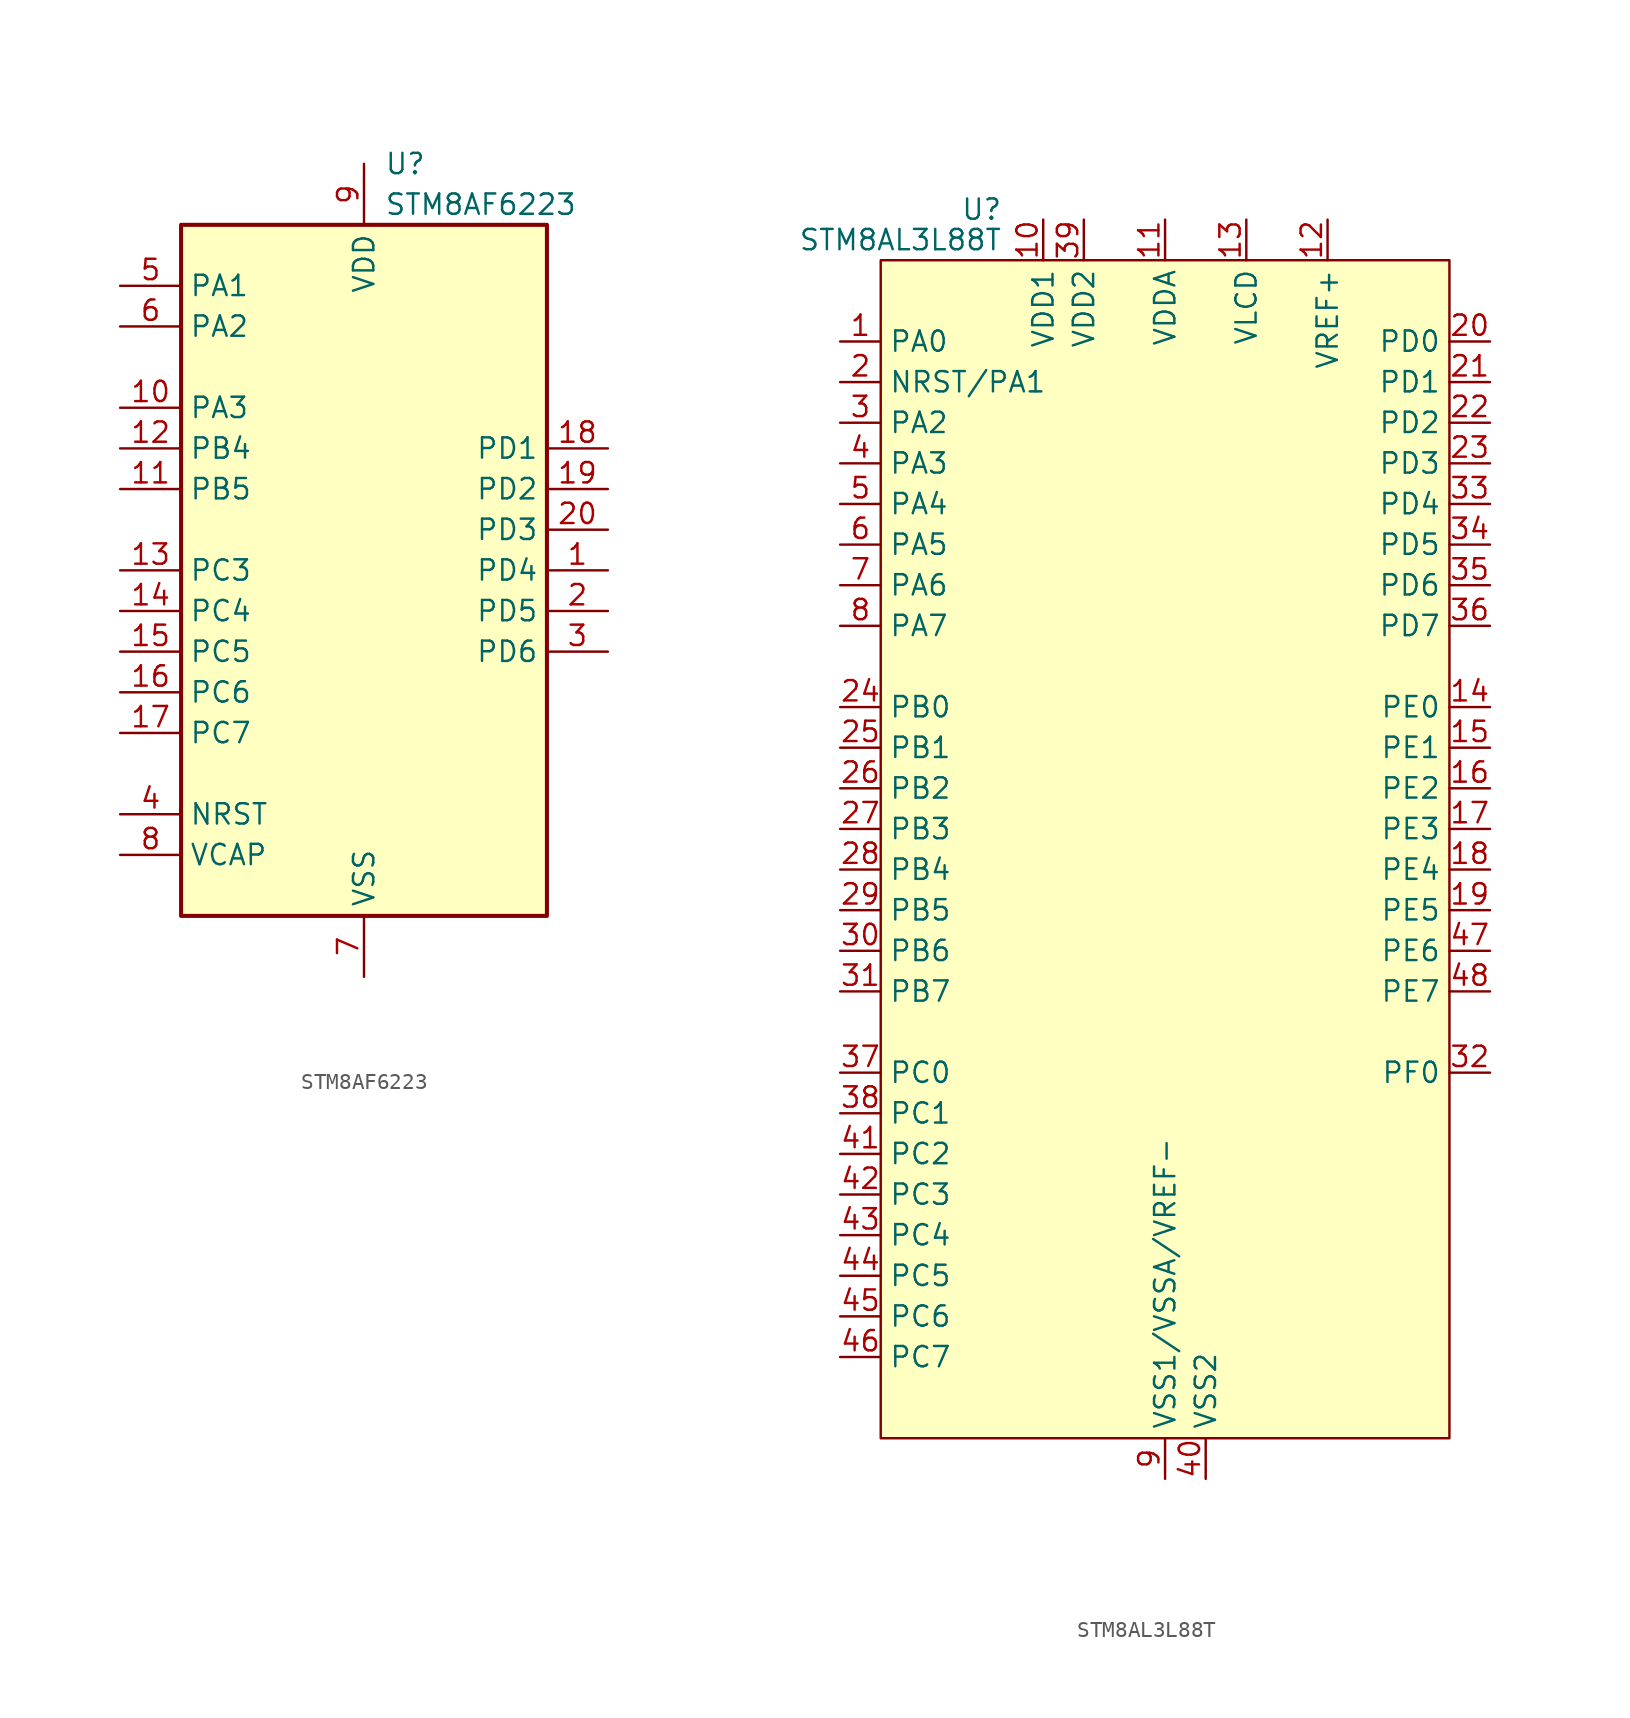
<source format=kicad_sym>
(kicad_symbol_lib
  (version 20211014)
  (generator kicad_symbol_editor)
  (symbol "STM8AF6223"
    (property "Reference" "U"
      (at 1.27 25.4 0)
      (effects (font (size 1.27 1.27)) (justify left)))
    (property "Value" "STM8AF6223"
      (at 1.27 22.86 0)
      (effects (font (size 1.27 1.27)) (justify left)))
    (symbol "STM8AF6223_0_1"
      (rectangle (start -11.43 21.59) (end 11.43 -21.59) (stroke (width 0.254) (type default) (color 0 0 0 0)) (fill (type background))))
    (symbol "STM8AF6223_1_1"
      (pin bidirectional line (at 15.24 0 180) (length 3.81) (name "PD4" (effects (font (size 1.27 1.27)))) (number "1" (effects (font (size 1.27 1.27)))))
      (pin bidirectional line (at -15.24 10.16 0) (length 3.81) (name "PA3" (effects (font (size 1.27 1.27)))) (number "10" (effects (font (size 1.27 1.27)))))
      (pin bidirectional line (at -15.24 5.08 0) (length 3.81) (name "PB5" (effects (font (size 1.27 1.27)))) (number "11" (effects (font (size 1.27 1.27)))))
      (pin bidirectional line (at -15.24 7.62 0) (length 3.81) (name "PB4" (effects (font (size 1.27 1.27)))) (number "12" (effects (font (size 1.27 1.27)))))
      (pin bidirectional line (at -15.24 0 0) (length 3.81) (name "PC3" (effects (font (size 1.27 1.27)))) (number "13" (effects (font (size 1.27 1.27)))))
      (pin bidirectional line (at -15.24 -2.54 0) (length 3.81) (name "PC4" (effects (font (size 1.27 1.27)))) (number "14" (effects (font (size 1.27 1.27)))))
      (pin bidirectional line (at -15.24 -5.08 0) (length 3.81) (name "PC5" (effects (font (size 1.27 1.27)))) (number "15" (effects (font (size 1.27 1.27)))))
      (pin bidirectional line (at -15.24 -7.62 0) (length 3.81) (name "PC6" (effects (font (size 1.27 1.27)))) (number "16" (effects (font (size 1.27 1.27)))))
      (pin bidirectional line (at -15.24 -10.16 0) (length 3.81) (name "PC7" (effects (font (size 1.27 1.27)))) (number "17" (effects (font (size 1.27 1.27)))))
      (pin bidirectional line (at 15.24 7.62 180) (length 3.81) (name "PD1" (effects (font (size 1.27 1.27)))) (number "18" (effects (font (size 1.27 1.27)))))
      (pin bidirectional line (at 15.24 5.08 180) (length 3.81) (name "PD2" (effects (font (size 1.27 1.27)))) (number "19" (effects (font (size 1.27 1.27)))))
      (pin bidirectional line (at 15.24 -2.54 180) (length 3.81) (name "PD5" (effects (font (size 1.27 1.27)))) (number "2" (effects (font (size 1.27 1.27)))))
      (pin bidirectional line (at 15.24 2.54 180) (length 3.81) (name "PD3" (effects (font (size 1.27 1.27)))) (number "20" (effects (font (size 1.27 1.27)))))
      (pin bidirectional line (at 15.24 -5.08 180) (length 3.81) (name "PD6" (effects (font (size 1.27 1.27)))) (number "3" (effects (font (size 1.27 1.27)))))
      (pin input line (at -15.24 -15.24 0) (length 3.81) (name "NRST" (effects (font (size 1.27 1.27)))) (number "4" (effects (font (size 1.27 1.27)))))
      (pin bidirectional line (at -15.24 17.78 0) (length 3.81) (name "PA1" (effects (font (size 1.27 1.27)))) (number "5" (effects (font (size 1.27 1.27)))))
      (pin bidirectional line (at -15.24 15.24 0) (length 3.81) (name "PA2" (effects (font (size 1.27 1.27)))) (number "6" (effects (font (size 1.27 1.27)))))
      (pin power_in line (at 0 -25.4 90) (length 3.81) (name "VSS" (effects (font (size 1.27 1.27)))) (number "7" (effects (font (size 1.27 1.27)))))
      (pin input line (at -15.24 -17.78 0) (length 3.81) (name "VCAP" (effects (font (size 1.27 1.27)))) (number "8" (effects (font (size 1.27 1.27)))))
      (pin power_in line (at 0 25.4 270) (length 3.81) (name "VDD" (effects (font (size 1.27 1.27)))) (number "9" (effects (font (size 1.27 1.27)))))))
  (symbol "STM8AL3L88T"
    (property "Reference" "U"
      (at -10.16 38.735 0)
      (effects (font (size 1.27 1.27)) (justify right)))
    (property "Value" "STM8AL3L88T"
      (at -10.16 36.83 0)
      (effects (font (size 1.27 1.27)) (justify right)))
    (symbol "STM8AL3L88T_0_0"
      (pin bidirectional line (at -20.32 30.48 0) (length 2.54) (name "PA0" (effects (font (size 1.27 1.27)))) (number "1" (effects (font (size 1.27 1.27)))))
      (pin power_in line (at -7.62 38.1 270) (length 2.54) (name "VDD1" (effects (font (size 1.27 1.27)))) (number "10" (effects (font (size 1.27 1.27)))))
      (pin power_in line (at 0 38.1 270) (length 2.54) (name "VDDA" (effects (font (size 1.27 1.27)))) (number "11" (effects (font (size 1.27 1.27)))))
      (pin power_in line (at 10.16 38.1 270) (length 2.54) (name "VREF+" (effects (font (size 1.27 1.27)))) (number "12" (effects (font (size 1.27 1.27)))))
      (pin power_in line (at 5.08 38.1 270) (length 2.54) (name "VLCD" (effects (font (size 1.27 1.27)))) (number "13" (effects (font (size 1.27 1.27)))))
      (pin bidirectional line (at 20.32 7.62 180) (length 2.54) (name "PE0" (effects (font (size 1.27 1.27)))) (number "14" (effects (font (size 1.27 1.27)))))
      (pin bidirectional line (at 20.32 5.08 180) (length 2.54) (name "PE1" (effects (font (size 1.27 1.27)))) (number "15" (effects (font (size 1.27 1.27)))))
      (pin bidirectional line (at 20.32 2.54 180) (length 2.54) (name "PE2" (effects (font (size 1.27 1.27)))) (number "16" (effects (font (size 1.27 1.27)))))
      (pin bidirectional line (at 20.32 0 180) (length 2.54) (name "PE3" (effects (font (size 1.27 1.27)))) (number "17" (effects (font (size 1.27 1.27)))))
      (pin bidirectional line (at 20.32 -2.54 180) (length 2.54) (name "PE4" (effects (font (size 1.27 1.27)))) (number "18" (effects (font (size 1.27 1.27)))))
      (pin bidirectional line (at 20.32 -5.08 180) (length 2.54) (name "PE5" (effects (font (size 1.27 1.27)))) (number "19" (effects (font (size 1.27 1.27)))))
      (pin bidirectional line (at -20.32 27.94 0) (length 2.54) (name "NRST/PA1" (effects (font (size 1.27 1.27)))) (number "2" (effects (font (size 1.27 1.27)))))
      (pin bidirectional line (at 20.32 30.48 180) (length 2.54) (name "PD0" (effects (font (size 1.27 1.27)))) (number "20" (effects (font (size 1.27 1.27)))))
      (pin bidirectional line (at 20.32 27.94 180) (length 2.54) (name "PD1" (effects (font (size 1.27 1.27)))) (number "21" (effects (font (size 1.27 1.27)))))
      (pin bidirectional line (at 20.32 25.4 180) (length 2.54) (name "PD2" (effects (font (size 1.27 1.27)))) (number "22" (effects (font (size 1.27 1.27)))))
      (pin bidirectional line (at 20.32 22.86 180) (length 2.54) (name "PD3" (effects (font (size 1.27 1.27)))) (number "23" (effects (font (size 1.27 1.27)))))
      (pin bidirectional line (at -20.32 7.62 0) (length 2.54) (name "PB0" (effects (font (size 1.27 1.27)))) (number "24" (effects (font (size 1.27 1.27)))))
      (pin bidirectional line (at -20.32 5.08 0) (length 2.54) (name "PB1" (effects (font (size 1.27 1.27)))) (number "25" (effects (font (size 1.27 1.27)))))
      (pin bidirectional line (at -20.32 2.54 0) (length 2.54) (name "PB2" (effects (font (size 1.27 1.27)))) (number "26" (effects (font (size 1.27 1.27)))))
      (pin bidirectional line (at -20.32 0 0) (length 2.54) (name "PB3" (effects (font (size 1.27 1.27)))) (number "27" (effects (font (size 1.27 1.27)))))
      (pin bidirectional line (at -20.32 -2.54 0) (length 2.54) (name "PB4" (effects (font (size 1.27 1.27)))) (number "28" (effects (font (size 1.27 1.27)))))
      (pin bidirectional line (at -20.32 -5.08 0) (length 2.54) (name "PB5" (effects (font (size 1.27 1.27)))) (number "29" (effects (font (size 1.27 1.27)))))
      (pin bidirectional line (at -20.32 25.4 0) (length 2.54) (name "PA2" (effects (font (size 1.27 1.27)))) (number "3" (effects (font (size 1.27 1.27)))))
      (pin bidirectional line (at -20.32 -7.62 0) (length 2.54) (name "PB6" (effects (font (size 1.27 1.27)))) (number "30" (effects (font (size 1.27 1.27)))))
      (pin bidirectional line (at -20.32 -10.16 0) (length 2.54) (name "PB7" (effects (font (size 1.27 1.27)))) (number "31" (effects (font (size 1.27 1.27)))))
      (pin bidirectional line (at 20.32 -15.24 180) (length 2.54) (name "PF0" (effects (font (size 1.27 1.27)))) (number "32" (effects (font (size 1.27 1.27)))))
      (pin bidirectional line (at 20.32 20.32 180) (length 2.54) (name "PD4" (effects (font (size 1.27 1.27)))) (number "33" (effects (font (size 1.27 1.27)))))
      (pin bidirectional line (at 20.32 17.78 180) (length 2.54) (name "PD5" (effects (font (size 1.27 1.27)))) (number "34" (effects (font (size 1.27 1.27)))))
      (pin bidirectional line (at 20.32 15.24 180) (length 2.54) (name "PD6" (effects (font (size 1.27 1.27)))) (number "35" (effects (font (size 1.27 1.27)))))
      (pin bidirectional line (at 20.32 12.7 180) (length 2.54) (name "PD7" (effects (font (size 1.27 1.27)))) (number "36" (effects (font (size 1.27 1.27)))))
      (pin bidirectional line (at -20.32 -15.24 0) (length 2.54) (name "PC0" (effects (font (size 1.27 1.27)))) (number "37" (effects (font (size 1.27 1.27)))))
      (pin bidirectional line (at -20.32 -17.78 0) (length 2.54) (name "PC1" (effects (font (size 1.27 1.27)))) (number "38" (effects (font (size 1.27 1.27)))))
      (pin power_in line (at -5.08 38.1 270) (length 2.54) (name "VDD2" (effects (font (size 1.27 1.27)))) (number "39" (effects (font (size 1.27 1.27)))))
      (pin bidirectional line (at -20.32 22.86 0) (length 2.54) (name "PA3" (effects (font (size 1.27 1.27)))) (number "4" (effects (font (size 1.27 1.27)))))
      (pin power_in line (at 2.54 -40.64 90) (length 2.54) (name "VSS2" (effects (font (size 1.27 1.27)))) (number "40" (effects (font (size 1.27 1.27)))))
      (pin bidirectional line (at -20.32 -20.32 0) (length 2.54) (name "PC2" (effects (font (size 1.27 1.27)))) (number "41" (effects (font (size 1.27 1.27)))))
      (pin bidirectional line (at -20.32 -22.86 0) (length 2.54) (name "PC3" (effects (font (size 1.27 1.27)))) (number "42" (effects (font (size 1.27 1.27)))))
      (pin bidirectional line (at -20.32 -25.4 0) (length 2.54) (name "PC4" (effects (font (size 1.27 1.27)))) (number "43" (effects (font (size 1.27 1.27)))))
      (pin bidirectional line (at -20.32 -27.94 0) (length 2.54) (name "PC5" (effects (font (size 1.27 1.27)))) (number "44" (effects (font (size 1.27 1.27)))))
      (pin bidirectional line (at -20.32 -30.48 0) (length 2.54) (name "PC6" (effects (font (size 1.27 1.27)))) (number "45" (effects (font (size 1.27 1.27)))))
      (pin bidirectional line (at -20.32 -33.02 0) (length 2.54) (name "PC7" (effects (font (size 1.27 1.27)))) (number "46" (effects (font (size 1.27 1.27)))))
      (pin bidirectional line (at 20.32 -7.62 180) (length 2.54) (name "PE6" (effects (font (size 1.27 1.27)))) (number "47" (effects (font (size 1.27 1.27)))))
      (pin bidirectional line (at 20.32 -10.16 180) (length 2.54) (name "PE7" (effects (font (size 1.27 1.27)))) (number "48" (effects (font (size 1.27 1.27)))))
      (pin bidirectional line (at -20.32 20.32 0) (length 2.54) (name "PA4" (effects (font (size 1.27 1.27)))) (number "5" (effects (font (size 1.27 1.27)))))
      (pin bidirectional line (at -20.32 17.78 0) (length 2.54) (name "PA5" (effects (font (size 1.27 1.27)))) (number "6" (effects (font (size 1.27 1.27)))))
      (pin bidirectional line (at -20.32 15.24 0) (length 2.54) (name "PA6" (effects (font (size 1.27 1.27)))) (number "7" (effects (font (size 1.27 1.27)))))
      (pin bidirectional line (at -20.32 12.7 0) (length 2.54) (name "PA7" (effects (font (size 1.27 1.27)))) (number "8" (effects (font (size 1.27 1.27)))))
      (pin power_in line (at 0 -40.64 90) (length 2.54) (name "VSS1/VSSA/VREF-" (effects (font (size 1.27 1.27)))) (number "9" (effects (font (size 1.27 1.27))))))
    (symbol "STM8AL3L88T_0_1"
      (rectangle (start -17.78 35.56) (end 17.78 -38.1) (stroke (width 0) (type default) (color 0 0 0 0)) (fill (type background))))))
</source>
